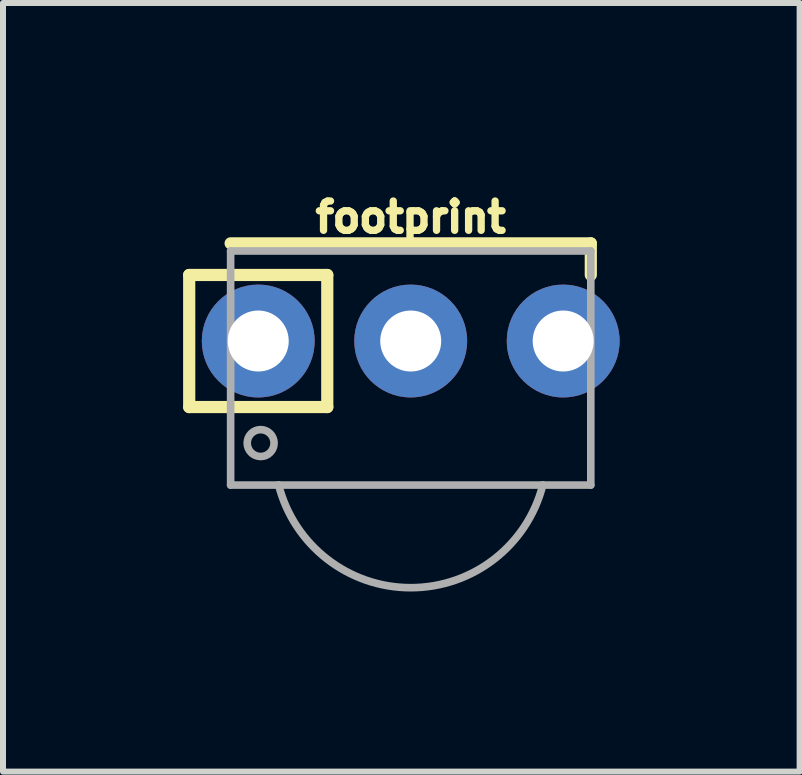
<source format=kicad_pcb>
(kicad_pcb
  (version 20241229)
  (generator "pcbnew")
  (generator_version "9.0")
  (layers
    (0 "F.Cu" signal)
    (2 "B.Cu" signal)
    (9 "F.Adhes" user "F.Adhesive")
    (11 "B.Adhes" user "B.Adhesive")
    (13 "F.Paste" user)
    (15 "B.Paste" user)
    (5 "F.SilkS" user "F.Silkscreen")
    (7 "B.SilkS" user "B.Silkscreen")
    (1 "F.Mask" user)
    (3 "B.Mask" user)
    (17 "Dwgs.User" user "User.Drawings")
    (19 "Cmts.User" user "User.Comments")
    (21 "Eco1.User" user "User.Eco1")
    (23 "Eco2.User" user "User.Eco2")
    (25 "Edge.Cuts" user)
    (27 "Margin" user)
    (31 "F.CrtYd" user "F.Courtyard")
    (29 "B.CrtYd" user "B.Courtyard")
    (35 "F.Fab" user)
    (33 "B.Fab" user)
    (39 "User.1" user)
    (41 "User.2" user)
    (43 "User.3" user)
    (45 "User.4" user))
  (footprint "footprint"
    (layer "F.Cu")
    (at 3.792 2.631)
    (property "Reference" "footprint" (at 0 -1.778 0) (layer "F.SilkS") (effects (font (size 0.488 0.488) (thickness 0.122)) (justify bottom)))
    (fp_line (start -3.69 -1.1) (end -3.69 1.1) (stroke (width 0.203) (type solid)) (layer "F.SilkS"))
    (fp_line (start -3 -1.627) (end 3 -1.627) (stroke (width 0.203) (type solid)) (layer "F.SilkS"))
    (fp_line (start -1.39 -1.1) (end -3.69 -1.1) (stroke (width 0.203) (type solid)) (layer "F.SilkS"))
    (fp_line (start -1.39 -1.1) (end -1.39 1.1) (stroke (width 0.203) (type solid)) (layer "F.SilkS"))
    (fp_line (start -1.39 1.1) (end -3.69 1.1) (stroke (width 0.203) (type solid)) (layer "F.SilkS"))
    (fp_line (start 3 -1.627) (end 3 -1.1) (stroke (width 0.203) (type solid)) (layer "F.SilkS"))
    (fp_line (start -3 -1.5) (end -3 2.4) (stroke (width 0.127) (type solid)) (layer "F.Fab"))
    (fp_line (start -3 -1.5) (end 3 -1.5) (stroke (width 0.127) (type solid)) (layer "F.Fab"))
    (fp_line (start -3 2.4) (end -2.2 2.4) (stroke (width 0.127) (type solid)) (layer "F.Fab"))
    (fp_line (start -2.2 2.4) (end 2.2 2.4) (stroke (width 0.127) (type solid)) (layer "F.Fab"))
    (fp_line (start 2.2 2.4) (end 3 2.4) (stroke (width 0.127) (type solid)) (layer "F.Fab"))
    (fp_line (start 3 -1.5) (end 3 2.4) (stroke (width 0.127) (type solid)) (layer "F.Fab"))
    (fp_arc (start 2.2 2.4) (mid 0 4.109411) (end -2.2 2.4) (stroke (width 0.127) (type solid)) (layer "F.Fab"))
    (fp_circle (center -2.5 1.7) (end -2.276 1.7) (stroke (width 0.127) (type solid)) (fill no) (layer "F.Fab"))
    (fp_poly (pts (xy -2.794 0.254) (xy -2.286 0.254) (xy -2.286 -0.254) (xy -2.794 -0.254)) (stroke (width 0.1) (type solid)) (fill no) (layer "F.Fab"))
    (fp_poly (pts (xy -0.254 0.254) (xy 0.254 0.254) (xy 0.254 -0.254) (xy -0.254 -0.254)) (stroke (width 0.1) (type solid)) (fill no) (layer "F.Fab"))
    (fp_poly (pts (xy 2.286 0.254) (xy 2.794 0.254) (xy 2.794 -0.254) (xy 2.286 -0.254)) (stroke (width 0.1) (type solid)) (fill no) (layer "F.Fab"))
    (pad "1" thru_hole circle (at -2.54 0 90) (size 1.88 1.88) (drill 1.016) (layers "*.Cu" "*.Mask"))
    (pad "2" thru_hole circle (at 0 0 90) (size 1.88 1.88) (drill 1.016) (layers "*.Cu" "*.Mask"))
    (pad "3" thru_hole circle (at 2.54 0 90) (size 1.88 1.88) (drill 1.016) (layers "*.Cu" "*.Mask")))
  (gr_rect
    (start -3 -3)
    (end 10.271 9.804)
    (stroke (width 0.1) (type default))
    (fill no)
    (layer "Edge.Cuts")))
</source>
